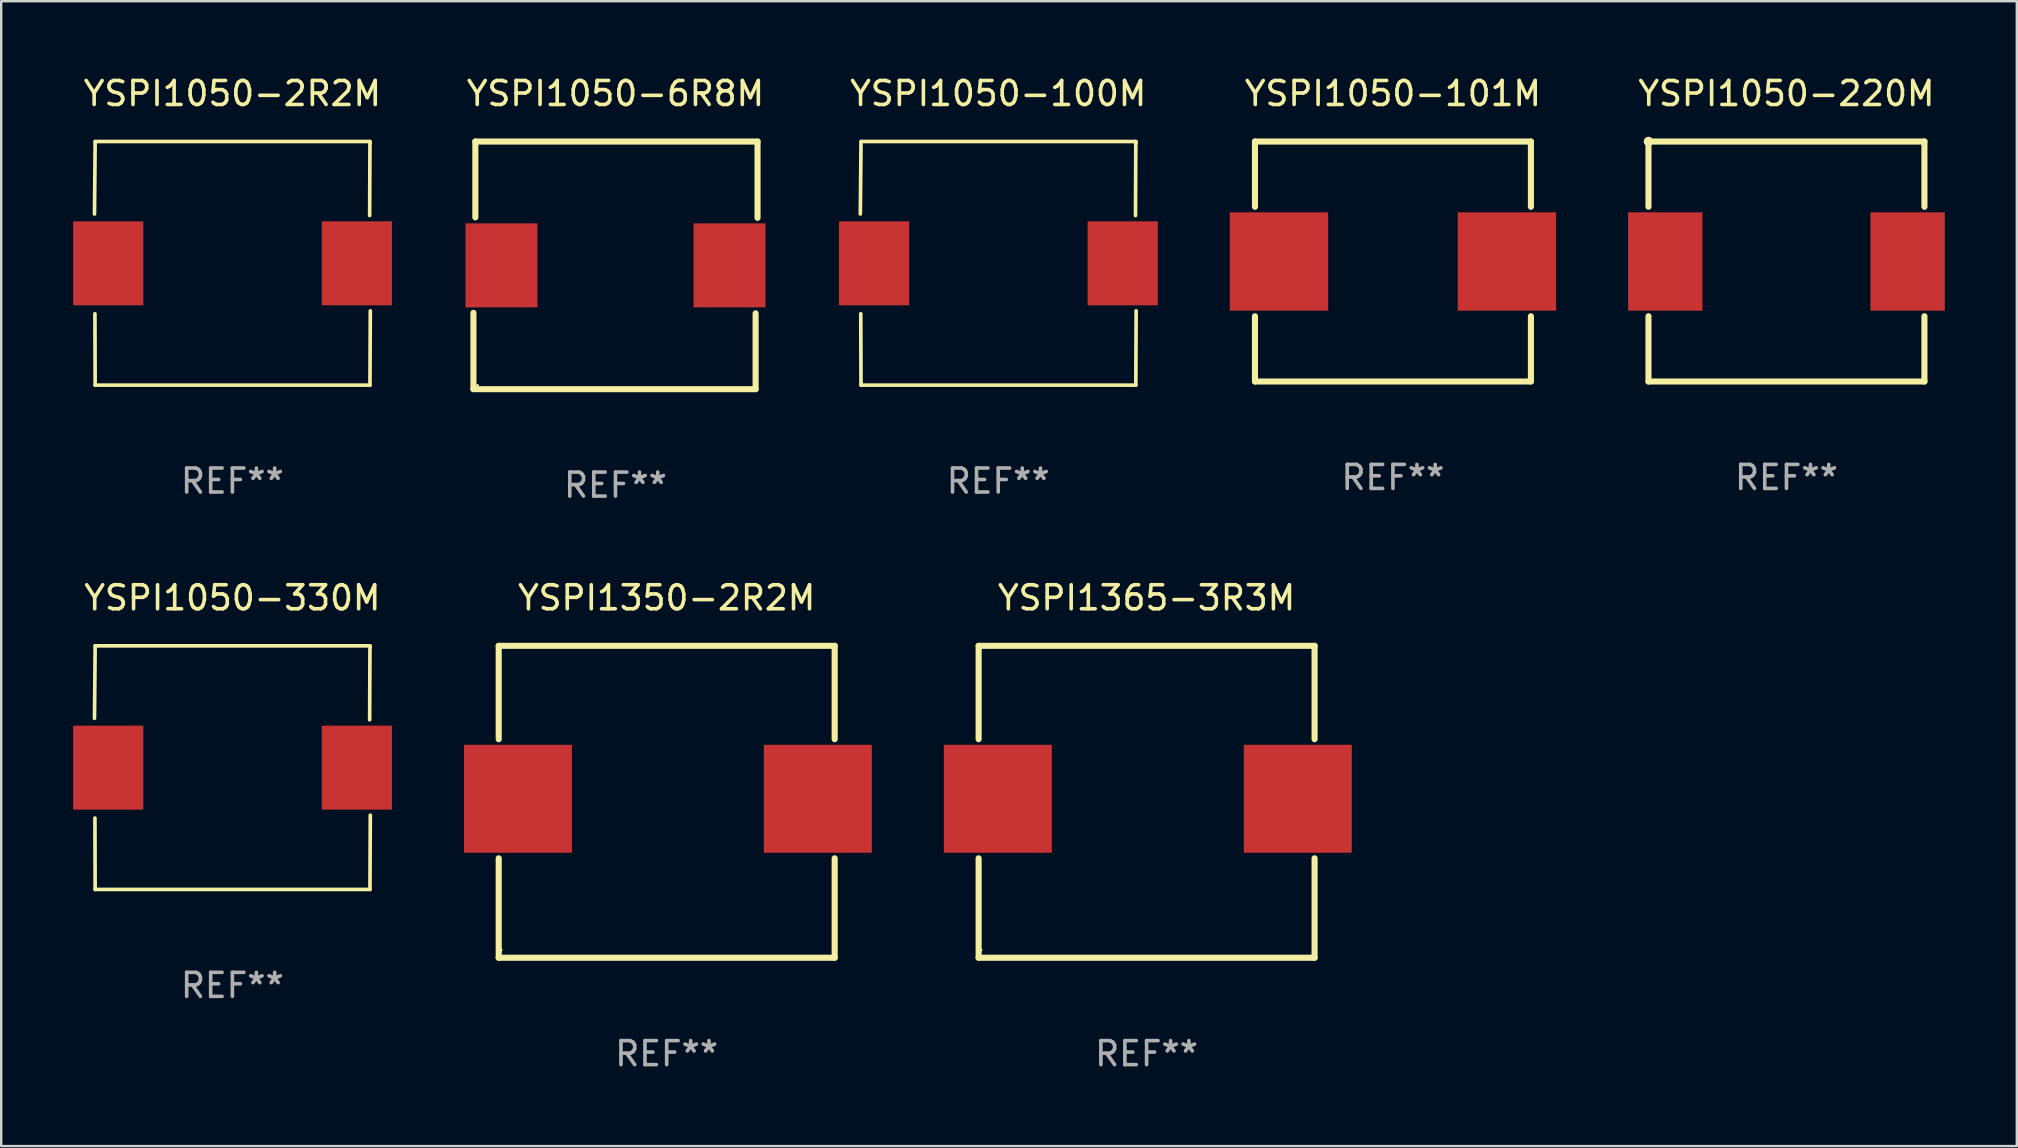
<source format=kicad_pcb>
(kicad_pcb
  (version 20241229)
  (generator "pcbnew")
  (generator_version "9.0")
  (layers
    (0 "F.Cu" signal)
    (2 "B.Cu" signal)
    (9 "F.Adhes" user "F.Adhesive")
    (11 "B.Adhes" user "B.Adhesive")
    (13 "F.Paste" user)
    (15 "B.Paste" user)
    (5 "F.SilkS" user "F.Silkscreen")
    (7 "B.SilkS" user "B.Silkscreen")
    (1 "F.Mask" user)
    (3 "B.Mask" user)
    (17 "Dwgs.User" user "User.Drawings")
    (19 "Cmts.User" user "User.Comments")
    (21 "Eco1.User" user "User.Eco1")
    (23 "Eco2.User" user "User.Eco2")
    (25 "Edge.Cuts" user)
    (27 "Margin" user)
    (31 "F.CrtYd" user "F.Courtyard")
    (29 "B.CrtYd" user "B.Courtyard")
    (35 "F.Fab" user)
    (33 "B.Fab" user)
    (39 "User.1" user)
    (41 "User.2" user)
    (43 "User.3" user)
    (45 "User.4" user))
  (footprint "YSPI1050-101M"
    (layer "F.Cu")
    (at 55 7.848)
    (property "Reference" "YSPI1050-101M" (at 0 -7 0) (layer "F.SilkS") (effects (font (size 1 1) (thickness 0.15))))
    (attr through_hole)
    (fp_line (start -5.75 -5) (end -5.75 -2.281) (stroke (width 0.254) (type solid)) (layer "F.SilkS"))
    (fp_line (start -5.75 -5) (end 5.75 -5) (stroke (width 0.254) (type solid)) (layer "F.SilkS"))
    (fp_line (start -5.75 2.281) (end -5.75 5) (stroke (width 0.254) (type solid)) (layer "F.SilkS"))
    (fp_line (start 5.75 -5) (end 5.75 -2.281) (stroke (width 0.254) (type solid)) (layer "F.SilkS"))
    (fp_line (start 5.75 2.281) (end 5.75 5) (stroke (width 0.254) (type solid)) (layer "F.SilkS"))
    (fp_line (start 5.75 5) (end -5.75 5) (stroke (width 0.254) (type solid)) (layer "F.SilkS"))
    (fp_circle (center -5.75 5) (end -5.72 5) (stroke (width 0.06) (type solid)) (fill no) (layer "F.SilkS"))
    (fp_text user "REF**" (at 0 9 0) (layer "F.Fab") (effects (font (size 1 1) (thickness 0.15))))
    (pad "1" smd rect (at -4.75 0) (size 4.1 4.1) (layers "F.Cu" "F.Mask" "F.Paste"))
    (pad "2" smd rect (at 4.75 0) (size 4.1 4.1) (layers "F.Cu" "F.Mask" "F.Paste")))
  (footprint "YSPI1050-2R2M"
    (layer "F.Cu")
    (at 6.635 7.924)
    (property "Reference" "YSPI1050-2R2M" (at 0 -7.076 0) (layer "F.SilkS") (effects (font (size 1 1) (thickness 0.15))))
    (attr through_hole)
    (fp_line (start -5.747 -2.055) (end -5.719 -5.076) (stroke (width 0.152) (type solid)) (layer "F.SilkS"))
    (fp_line (start -5.729 2.102) (end -5.719 5.076) (stroke (width 0.152) (type solid)) (layer "F.SilkS"))
    (fp_line (start -5.719 -5.076) (end 5.733 -5.076) (stroke (width 0.152) (type solid)) (layer "F.SilkS"))
    (fp_line (start -5.719 5.076) (end 5.733 5.076) (stroke (width 0.152) (type solid)) (layer "F.SilkS"))
    (fp_line (start 5.733 -5.076) (end 5.72 -1.993) (stroke (width 0.152) (type solid)) (layer "F.SilkS"))
    (fp_line (start 5.733 5.076) (end 5.747 1.981) (stroke (width 0.152) (type solid)) (layer "F.SilkS"))
    (fp_circle (center 5.757 -5) (end 5.787 -5) (stroke (width 0.06) (type solid)) (fill no) (layer "F.SilkS"))
    (fp_text user "REF**" (at 0 9.076 0) (layer "F.Fab") (effects (font (size 1 1) (thickness 0.15))))
    (pad "1" smd rect (at 5.187 0) (size 2.924 3.5) (layers "F.Cu" "F.Mask" "F.Paste"))
    (pad "2" smd rect (at -5.173 0) (size 2.924 3.5) (layers "F.Cu" "F.Mask" "F.Paste")))
  (footprint "YSPI1050-6R8M"
    (layer "F.Cu")
    (at 22.6 8.008)
    (property "Reference" "YSPI1050-6R8M" (at 0 -7.16 0) (layer "F.SilkS") (effects (font (size 1 1) (thickness 0.15))))
    (attr through_hole)
    (fp_line (start -5.92 5.16) (end -5.92 1.98) (stroke (width 0.254) (type solid)) (layer "F.SilkS"))
    (fp_line (start -5.84 -5.16) (end 5.92 -5.16) (stroke (width 0.254) (type solid)) (layer "F.SilkS"))
    (fp_line (start -5.84 -2) (end -5.84 -5.16) (stroke (width 0.254) (type solid)) (layer "F.SilkS"))
    (fp_line (start 5.84 2) (end 5.84 5.16) (stroke (width 0.254) (type solid)) (layer "F.SilkS"))
    (fp_line (start 5.84 5.16) (end -5.92 5.16) (stroke (width 0.254) (type solid)) (layer "F.SilkS"))
    (fp_line (start 5.92 -5.16) (end 5.92 -1.98) (stroke (width 0.254) (type solid)) (layer "F.SilkS"))
    (fp_circle (center -5.75 5) (end -5.72 5) (stroke (width 0.06) (type solid)) (fill no) (layer "F.SilkS"))
    (fp_text user "REF**" (at 0 9.16 0) (layer "F.Fab") (effects (font (size 1 1) (thickness 0.15))))
    (pad "1" smd rect (at -4.75 0) (size 3 3.5) (layers "F.Cu" "F.Mask" "F.Paste"))
    (pad "2" smd rect (at 4.75 0) (size 3 3.5) (layers "F.Cu" "F.Mask" "F.Paste")))
  (footprint "YSPI1350-2R2M"
    (layer "F.Cu")
    (at 24.734 30.364)
    (property "Reference" "YSPI1350-2R2M" (at 0 -8.499 0) (layer "F.SilkS") (effects (font (size 1 1) (thickness 0.15))))
    (attr through_hole)
    (fp_line (start -7 -6.499) (end -7 -2.607) (stroke (width 0.254) (type solid)) (layer "F.SilkS"))
    (fp_line (start -7 -6.499) (end 7.001 -6.499) (stroke (width 0.254) (type solid)) (layer "F.SilkS"))
    (fp_line (start -7 2.355) (end -7 6.499) (stroke (width 0.254) (type solid)) (layer "F.SilkS"))
    (fp_line (start 7 6.499) (end -7.001 6.499) (stroke (width 0.254) (type solid)) (layer "F.SilkS"))
    (fp_line (start 7.001 -6.499) (end 7.001 -2.607) (stroke (width 0.254) (type solid)) (layer "F.SilkS"))
    (fp_line (start 7.001 2.355) (end 7.001 6.499) (stroke (width 0.254) (type solid)) (layer "F.SilkS"))
    (fp_circle (center -6.899 6.174) (end -6.869 6.174) (stroke (width 0.06) (type solid)) (fill no) (layer "F.SilkS"))
    (fp_text user "REF**" (at 0 10.499 0) (layer "F.Fab") (effects (font (size 1 1) (thickness 0.15))))
    (pad "1" smd rect (at -6.199 -0.126) (size 4.5 4.5) (layers "F.Cu" "F.Mask" "F.Paste"))
    (pad "2" smd rect (at 6.3 -0.126) (size 4.5 4.5) (layers "F.Cu" "F.Mask" "F.Paste")))
  (footprint "YSPI1365-3R3M"
    (layer "F.Cu")
    (at 44.734 30.364)
    (property "Reference" "YSPI1365-3R3M" (at 0 -8.499 0) (layer "F.SilkS") (effects (font (size 1 1) (thickness 0.15))))
    (attr through_hole)
    (fp_line (start -7 -6.499) (end -7 -2.607) (stroke (width 0.254) (type solid)) (layer "F.SilkS"))
    (fp_line (start -7 -6.499) (end 7.001 -6.499) (stroke (width 0.254) (type solid)) (layer "F.SilkS"))
    (fp_line (start -7 2.355) (end -7 6.499) (stroke (width 0.254) (type solid)) (layer "F.SilkS"))
    (fp_line (start 7 6.499) (end -7.001 6.499) (stroke (width 0.254) (type solid)) (layer "F.SilkS"))
    (fp_line (start 7.001 -6.499) (end 7.001 -2.607) (stroke (width 0.254) (type solid)) (layer "F.SilkS"))
    (fp_line (start 7.001 2.355) (end 7.001 6.499) (stroke (width 0.254) (type solid)) (layer "F.SilkS"))
    (fp_circle (center -6.899 6.174) (end -6.869 6.174) (stroke (width 0.06) (type solid)) (fill no) (layer "F.SilkS"))
    (fp_text user "REF**" (at 0 10.499 0) (layer "F.Fab") (effects (font (size 1 1) (thickness 0.15))))
    (pad "1" smd rect (at -6.199 -0.126) (size 4.5 4.5) (layers "F.Cu" "F.Mask" "F.Paste"))
    (pad "2" smd rect (at 6.3 -0.126) (size 4.5 4.5) (layers "F.Cu" "F.Mask" "F.Paste")))
  (footprint "YSPI1050-100M"
    (layer "F.Cu")
    (at 38.551 7.924)
    (property "Reference" "YSPI1050-100M" (at 0 -7.076 0) (layer "F.SilkS") (effects (font (size 1 1) (thickness 0.15))))
    (attr through_hole)
    (fp_line (start -5.747 -2.055) (end -5.719 -5.076) (stroke (width 0.152) (type solid)) (layer "F.SilkS"))
    (fp_line (start -5.729 2.102) (end -5.719 5.076) (stroke (width 0.152) (type solid)) (layer "F.SilkS"))
    (fp_line (start -5.719 -5.076) (end 5.733 -5.076) (stroke (width 0.152) (type solid)) (layer "F.SilkS"))
    (fp_line (start -5.719 5.076) (end 5.733 5.076) (stroke (width 0.152) (type solid)) (layer "F.SilkS"))
    (fp_line (start 5.733 -5.076) (end 5.72 -1.993) (stroke (width 0.152) (type solid)) (layer "F.SilkS"))
    (fp_line (start 5.733 5.076) (end 5.747 1.981) (stroke (width 0.152) (type solid)) (layer "F.SilkS"))
    (fp_circle (center 5.757 -5) (end 5.787 -5) (stroke (width 0.06) (type solid)) (fill no) (layer "F.SilkS"))
    (fp_text user "REF**" (at 0 9.076 0) (layer "F.Fab") (effects (font (size 1 1) (thickness 0.15))))
    (pad "1" smd rect (at 5.187 0) (size 2.924 3.5) (layers "F.Cu" "F.Mask" "F.Paste"))
    (pad "2" smd rect (at -5.173 0) (size 2.924 3.5) (layers "F.Cu" "F.Mask" "F.Paste")))
  (footprint "YSPI1050-220M"
    (layer "F.Cu")
    (at 71.4 7.848)
    (property "Reference" "YSPI1050-220M" (at 0 -7 0) (layer "F.SilkS") (effects (font (size 1 1) (thickness 0.15))))
    (attr through_hole)
    (fp_line (start -5.75 -5) (end -5.75 -2.281) (stroke (width 0.254) (type solid)) (layer "F.SilkS"))
    (fp_line (start -5.75 -5) (end 5.75 -5) (stroke (width 0.254) (type solid)) (layer "F.SilkS"))
    (fp_line (start -5.75 2.281) (end -5.75 5) (stroke (width 0.254) (type solid)) (layer "F.SilkS"))
    (fp_line (start 5.75 -5) (end 5.75 -2.281) (stroke (width 0.254) (type solid)) (layer "F.SilkS"))
    (fp_line (start 5.75 2.281) (end 5.75 5) (stroke (width 0.254) (type solid)) (layer "F.SilkS"))
    (fp_line (start 5.75 5) (end -5.75 5) (stroke (width 0.254) (type solid)) (layer "F.SilkS"))
    (fp_circle (center -5.75 -5) (end -5.65 -5) (stroke (width 0.2) (type solid)) (fill no) (layer "F.SilkS"))
    (fp_text user "REF**" (at 0 9 0) (layer "F.Fab") (effects (font (size 1 1) (thickness 0.15))))
    (pad "1" smd rect (at -5.05 0) (size 3.1 4.1) (layers "F.Cu" "F.Mask" "F.Paste"))
    (pad "2" smd rect (at 5.05 0) (size 3.1 4.1) (layers "F.Cu" "F.Mask" "F.Paste")))
  (footprint "YSPI1050-330M"
    (layer "F.Cu")
    (at 6.635 28.941)
    (property "Reference" "YSPI1050-330M" (at 0 -7.076 0) (layer "F.SilkS") (effects (font (size 1 1) (thickness 0.15))))
    (attr through_hole)
    (fp_line (start -5.747 -2.055) (end -5.719 -5.076) (stroke (width 0.152) (type solid)) (layer "F.SilkS"))
    (fp_line (start -5.729 2.102) (end -5.719 5.076) (stroke (width 0.152) (type solid)) (layer "F.SilkS"))
    (fp_line (start -5.719 -5.076) (end 5.733 -5.076) (stroke (width 0.152) (type solid)) (layer "F.SilkS"))
    (fp_line (start -5.719 5.076) (end 5.733 5.076) (stroke (width 0.152) (type solid)) (layer "F.SilkS"))
    (fp_line (start 5.733 -5.076) (end 5.72 -1.993) (stroke (width 0.152) (type solid)) (layer "F.SilkS"))
    (fp_line (start 5.733 5.076) (end 5.747 1.981) (stroke (width 0.152) (type solid)) (layer "F.SilkS"))
    (fp_circle (center 5.757 -5) (end 5.787 -5) (stroke (width 0.06) (type solid)) (fill no) (layer "F.SilkS"))
    (fp_text user "REF**" (at 0 9.076 0) (layer "F.Fab") (effects (font (size 1 1) (thickness 0.15))))
    (pad "1" smd rect (at 5.187 0) (size 2.924 3.5) (layers "F.Cu" "F.Mask" "F.Paste"))
    (pad "2" smd rect (at -5.173 0) (size 2.924 3.5) (layers "F.Cu" "F.Mask" "F.Paste")))
  (gr_rect
    (start -3 -3)
    (end 81 44.711)
    (stroke (width 0.1) (type default))
    (fill no)
    (layer "Edge.Cuts")))
</source>
